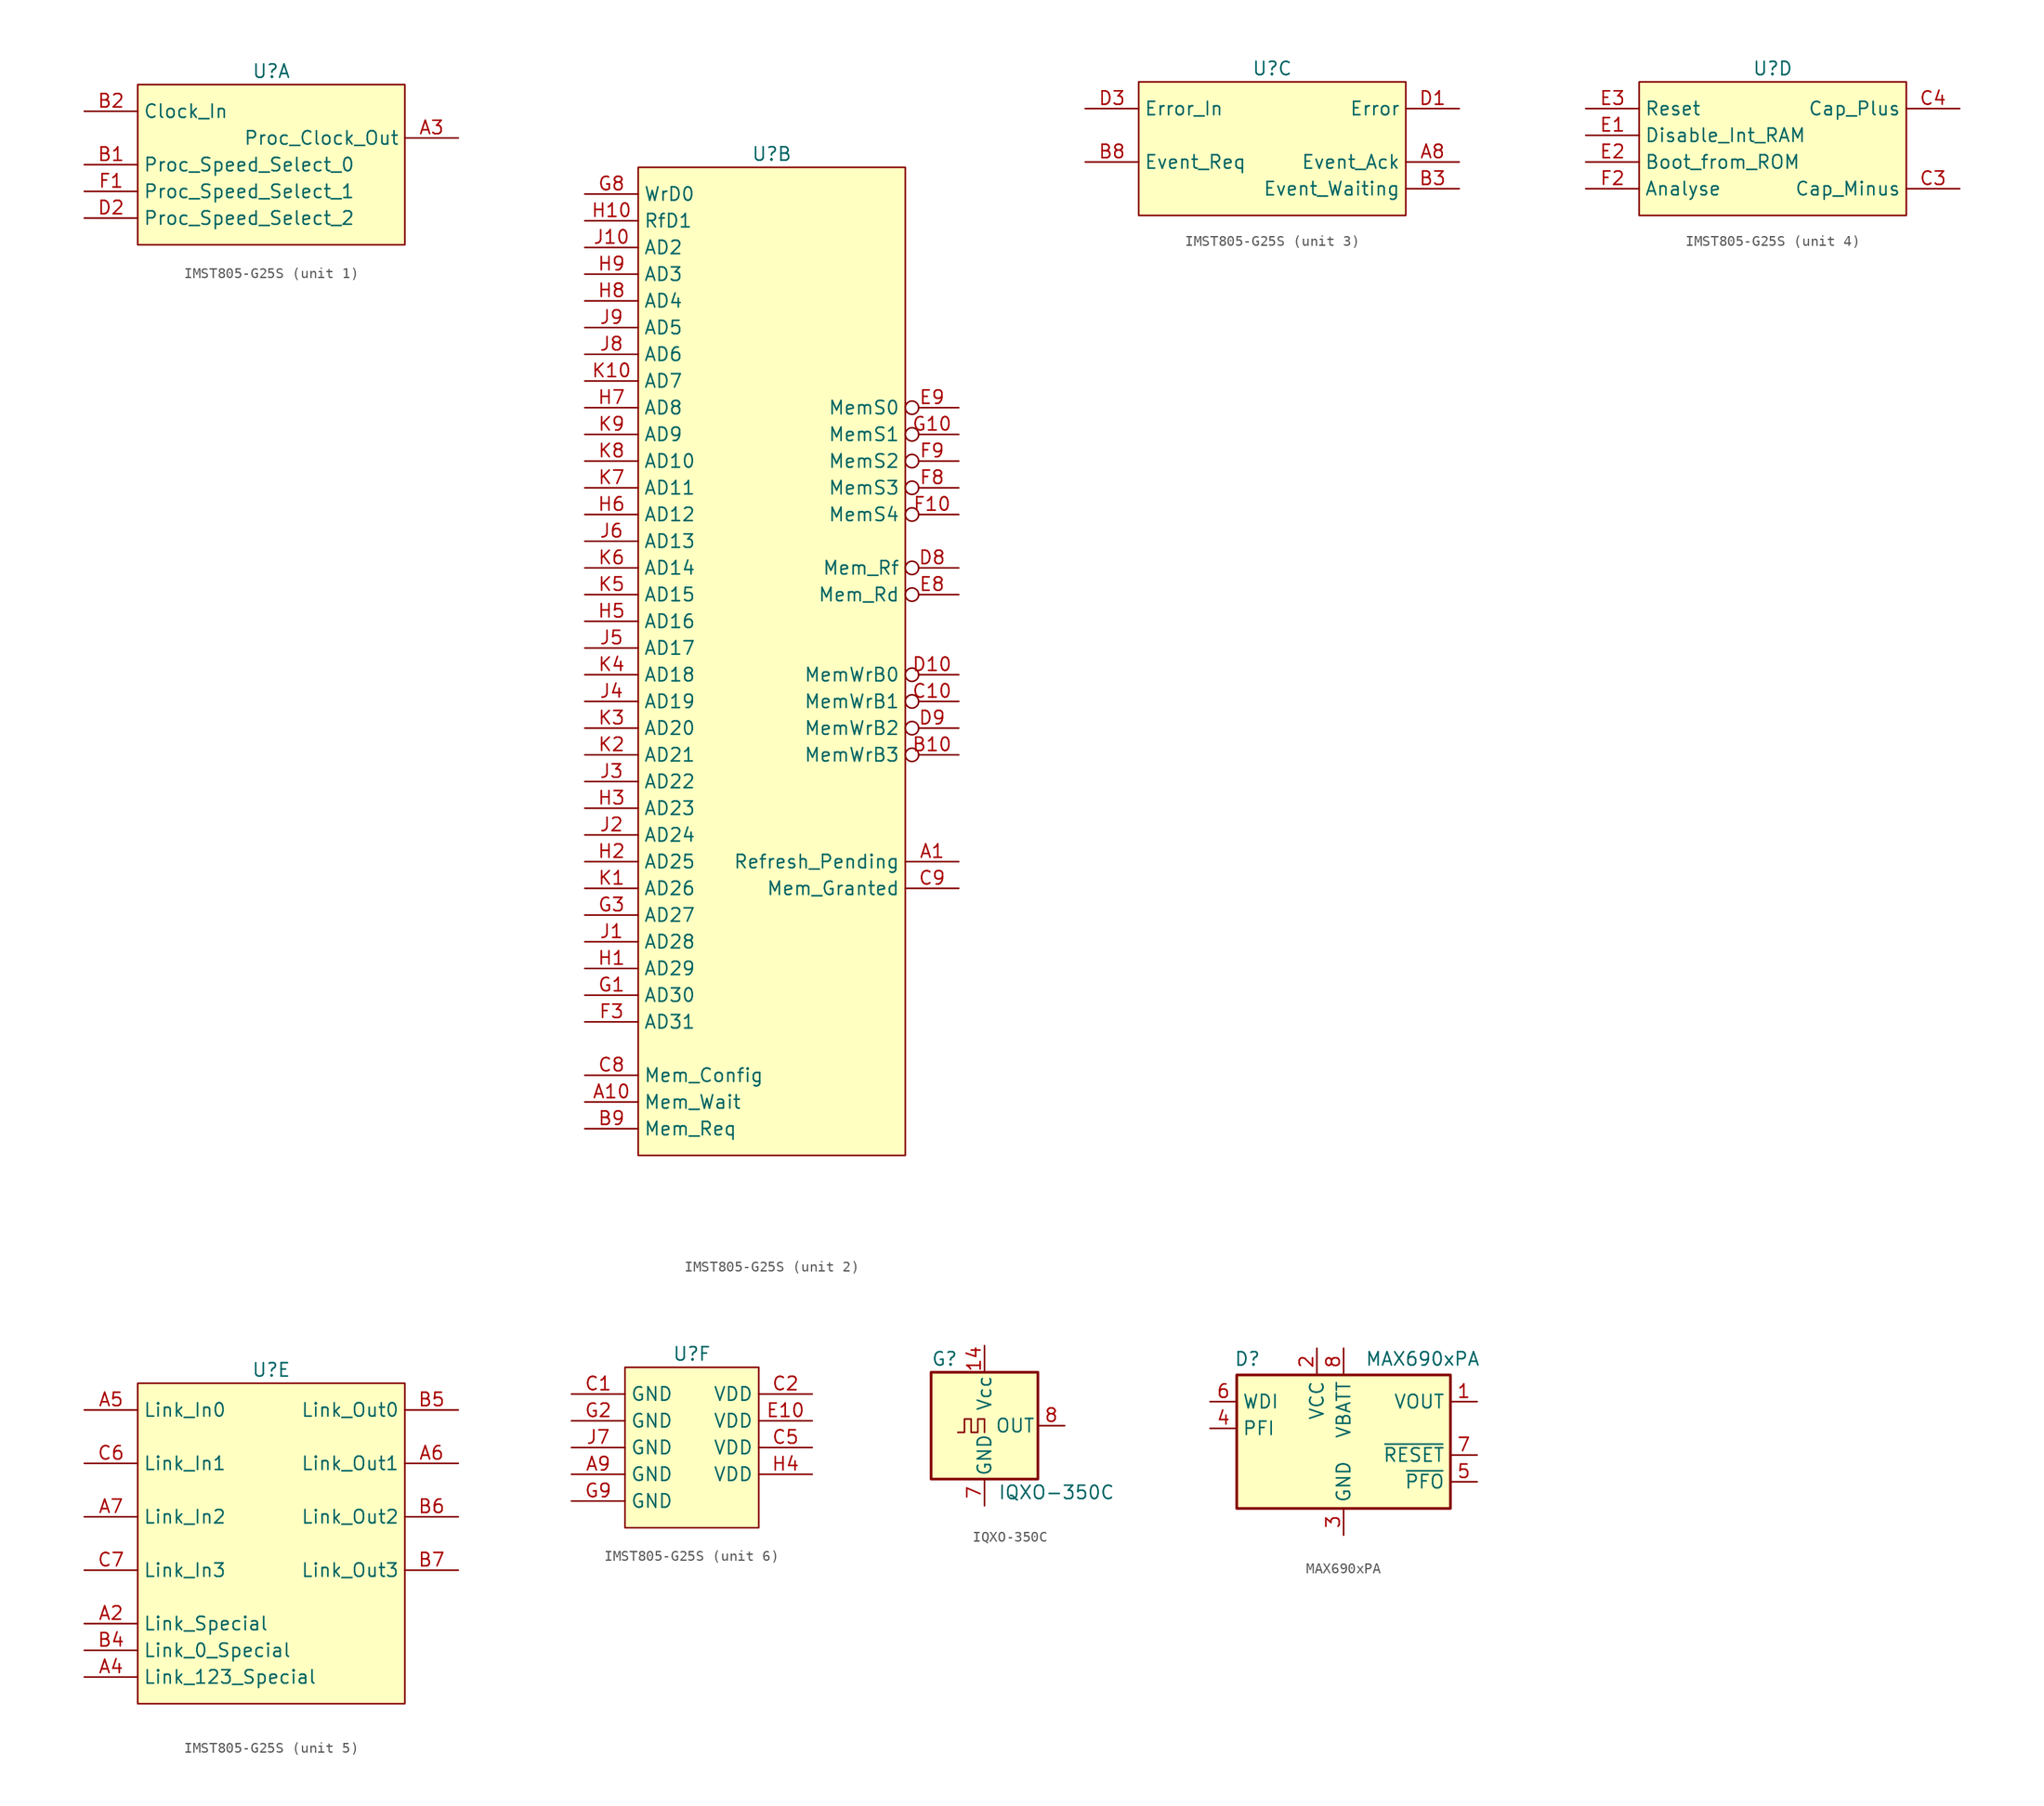
<source format=kicad_sym>
(kicad_symbol_lib
  (version 20241209)
  (generator "kicad_symbol_editor")
  (generator_version "9.0")
  (symbol "IMST805-G25S"
    (property "Reference" "U"
      (at 0 3.81 0)
      (do_not_autoplace)
      (effects (font (size 1.27 1.27))))
    (property "Value" ""
      (at 0 0 0)
      (effects (font (size 1.27 1.27))))
    (property "ki_locked" ""
      (at 0 0 0)
      (effects (font (size 1.27 1.27))))
    (symbol "IMST805-G25S_1_1"
      (rectangle (start -12.7 2.54) (end 12.7 -12.7) (stroke (width 0) (type solid)) (fill (type background)))
      (pin input line (at -17.78 0 0) (length 5.08) (name "Clock_In" (effects (font (size 1.27 1.27)))) (number "B2" (effects (font (size 1.27 1.27)))))
      (pin input line (at -17.78 -5.08 0) (length 5.08) (name "Proc_Speed_Select_0" (effects (font (size 1.27 1.27)))) (number "B1" (effects (font (size 1.27 1.27)))))
      (pin input line (at -17.78 -7.62 0) (length 5.08) (name "Proc_Speed_Select_1" (effects (font (size 1.27 1.27)))) (number "F1" (effects (font (size 1.27 1.27)))))
      (pin input line (at -17.78 -10.16 0) (length 5.08) (name "Proc_Speed_Select_2" (effects (font (size 1.27 1.27)))) (number "D2" (effects (font (size 1.27 1.27)))))
      (pin output line (at 17.78 -2.54 180) (length 5.08) (name "Proc_Clock_Out" (effects (font (size 1.27 1.27)))) (number "A3" (effects (font (size 1.27 1.27))))))
    (symbol "IMST805-G25S_2_1"
      (rectangle (start -12.7 2.54) (end 12.7 -91.44) (stroke (width 0) (type solid)) (fill (type background)))
      (pin bidirectional line (at -17.78 0 0) (length 5.08) (name "WrD0" (effects (font (size 1.27 1.27)))) (number "G8" (effects (font (size 1.27 1.27)))))
      (pin bidirectional line (at -17.78 -2.54 0) (length 5.08) (name "RfD1" (effects (font (size 1.27 1.27)))) (number "H10" (effects (font (size 1.27 1.27)))))
      (pin bidirectional line (at -17.78 -5.08 0) (length 5.08) (name "AD2" (effects (font (size 1.27 1.27)))) (number "J10" (effects (font (size 1.27 1.27)))))
      (pin bidirectional line (at -17.78 -7.62 0) (length 5.08) (name "AD3" (effects (font (size 1.27 1.27)))) (number "H9" (effects (font (size 1.27 1.27)))))
      (pin bidirectional line (at -17.78 -10.16 0) (length 5.08) (name "AD4" (effects (font (size 1.27 1.27)))) (number "H8" (effects (font (size 1.27 1.27)))))
      (pin bidirectional line (at -17.78 -12.7 0) (length 5.08) (name "AD5" (effects (font (size 1.27 1.27)))) (number "J9" (effects (font (size 1.27 1.27)))))
      (pin bidirectional line (at -17.78 -15.24 0) (length 5.08) (name "AD6" (effects (font (size 1.27 1.27)))) (number "J8" (effects (font (size 1.27 1.27)))))
      (pin bidirectional line (at -17.78 -17.78 0) (length 5.08) (name "AD7" (effects (font (size 1.27 1.27)))) (number "K10" (effects (font (size 1.27 1.27)))))
      (pin bidirectional line (at -17.78 -20.32 0) (length 5.08) (name "AD8" (effects (font (size 1.27 1.27)))) (number "H7" (effects (font (size 1.27 1.27)))))
      (pin bidirectional line (at -17.78 -22.86 0) (length 5.08) (name "AD9" (effects (font (size 1.27 1.27)))) (number "K9" (effects (font (size 1.27 1.27)))))
      (pin bidirectional line (at -17.78 -25.4 0) (length 5.08) (name "AD10" (effects (font (size 1.27 1.27)))) (number "K8" (effects (font (size 1.27 1.27)))))
      (pin bidirectional line (at -17.78 -27.94 0) (length 5.08) (name "AD11" (effects (font (size 1.27 1.27)))) (number "K7" (effects (font (size 1.27 1.27)))))
      (pin bidirectional line (at -17.78 -30.48 0) (length 5.08) (name "AD12" (effects (font (size 1.27 1.27)))) (number "H6" (effects (font (size 1.27 1.27)))))
      (pin bidirectional line (at -17.78 -33.02 0) (length 5.08) (name "AD13" (effects (font (size 1.27 1.27)))) (number "J6" (effects (font (size 1.27 1.27)))))
      (pin bidirectional line (at -17.78 -35.56 0) (length 5.08) (name "AD14" (effects (font (size 1.27 1.27)))) (number "K6" (effects (font (size 1.27 1.27)))))
      (pin bidirectional line (at -17.78 -38.1 0) (length 5.08) (name "AD15" (effects (font (size 1.27 1.27)))) (number "K5" (effects (font (size 1.27 1.27)))))
      (pin bidirectional line (at -17.78 -40.64 0) (length 5.08) (name "AD16" (effects (font (size 1.27 1.27)))) (number "H5" (effects (font (size 1.27 1.27)))))
      (pin bidirectional line (at -17.78 -43.18 0) (length 5.08) (name "AD17" (effects (font (size 1.27 1.27)))) (number "J5" (effects (font (size 1.27 1.27)))))
      (pin bidirectional line (at -17.78 -45.72 0) (length 5.08) (name "AD18" (effects (font (size 1.27 1.27)))) (number "K4" (effects (font (size 1.27 1.27)))))
      (pin bidirectional line (at -17.78 -48.26 0) (length 5.08) (name "AD19" (effects (font (size 1.27 1.27)))) (number "J4" (effects (font (size 1.27 1.27)))))
      (pin bidirectional line (at -17.78 -50.8 0) (length 5.08) (name "AD20" (effects (font (size 1.27 1.27)))) (number "K3" (effects (font (size 1.27 1.27)))))
      (pin bidirectional line (at -17.78 -53.34 0) (length 5.08) (name "AD21" (effects (font (size 1.27 1.27)))) (number "K2" (effects (font (size 1.27 1.27)))))
      (pin bidirectional line (at -17.78 -55.88 0) (length 5.08) (name "AD22" (effects (font (size 1.27 1.27)))) (number "J3" (effects (font (size 1.27 1.27)))))
      (pin bidirectional line (at -17.78 -58.42 0) (length 5.08) (name "AD23" (effects (font (size 1.27 1.27)))) (number "H3" (effects (font (size 1.27 1.27)))))
      (pin bidirectional line (at -17.78 -60.96 0) (length 5.08) (name "AD24" (effects (font (size 1.27 1.27)))) (number "J2" (effects (font (size 1.27 1.27)))))
      (pin bidirectional line (at -17.78 -63.5 0) (length 5.08) (name "AD25" (effects (font (size 1.27 1.27)))) (number "H2" (effects (font (size 1.27 1.27)))))
      (pin bidirectional line (at -17.78 -66.04 0) (length 5.08) (name "AD26" (effects (font (size 1.27 1.27)))) (number "K1" (effects (font (size 1.27 1.27)))))
      (pin bidirectional line (at -17.78 -68.58 0) (length 5.08) (name "AD27" (effects (font (size 1.27 1.27)))) (number "G3" (effects (font (size 1.27 1.27)))))
      (pin bidirectional line (at -17.78 -71.12 0) (length 5.08) (name "AD28" (effects (font (size 1.27 1.27)))) (number "J1" (effects (font (size 1.27 1.27)))))
      (pin bidirectional line (at -17.78 -73.66 0) (length 5.08) (name "AD29" (effects (font (size 1.27 1.27)))) (number "H1" (effects (font (size 1.27 1.27)))))
      (pin bidirectional line (at -17.78 -76.2 0) (length 5.08) (name "AD30" (effects (font (size 1.27 1.27)))) (number "G1" (effects (font (size 1.27 1.27)))))
      (pin bidirectional line (at -17.78 -78.74 0) (length 5.08) (name "AD31" (effects (font (size 1.27 1.27)))) (number "F3" (effects (font (size 1.27 1.27)))))
      (pin input line (at -17.78 -83.82 0) (length 5.08) (name "Mem_Config" (effects (font (size 1.27 1.27)))) (number "C8" (effects (font (size 1.27 1.27)))))
      (pin input line (at -17.78 -86.36 0) (length 5.08) (name "Mem_Wait" (effects (font (size 1.27 1.27)))) (number "A10" (effects (font (size 1.27 1.27)))))
      (pin input line (at -17.78 -88.9 0) (length 5.08) (name "Mem_Req" (effects (font (size 1.27 1.27)))) (number "B9" (effects (font (size 1.27 1.27)))))
      (pin output inverted (at 17.78 -20.32 180) (length 5.08) (name "MemS0" (effects (font (size 1.27 1.27)))) (number "E9" (effects (font (size 1.27 1.27)))))
      (pin output inverted (at 17.78 -22.86 180) (length 5.08) (name "MemS1" (effects (font (size 1.27 1.27)))) (number "G10" (effects (font (size 1.27 1.27)))))
      (pin output inverted (at 17.78 -25.4 180) (length 5.08) (name "MemS2" (effects (font (size 1.27 1.27)))) (number "F9" (effects (font (size 1.27 1.27)))))
      (pin output inverted (at 17.78 -27.94 180) (length 5.08) (name "MemS3" (effects (font (size 1.27 1.27)))) (number "F8" (effects (font (size 1.27 1.27)))))
      (pin output inverted (at 17.78 -30.48 180) (length 5.08) (name "MemS4" (effects (font (size 1.27 1.27)))) (number "F10" (effects (font (size 1.27 1.27)))))
      (pin output inverted (at 17.78 -35.56 180) (length 5.08) (name "Mem_Rf" (effects (font (size 1.27 1.27)))) (number "D8" (effects (font (size 1.27 1.27)))))
      (pin output inverted (at 17.78 -38.1 180) (length 5.08) (name "Mem_Rd" (effects (font (size 1.27 1.27)))) (number "E8" (effects (font (size 1.27 1.27)))))
      (pin output inverted (at 17.78 -45.72 180) (length 5.08) (name "MemWrB0" (effects (font (size 1.27 1.27)))) (number "D10" (effects (font (size 1.27 1.27)))))
      (pin output inverted (at 17.78 -48.26 180) (length 5.08) (name "MemWrB1" (effects (font (size 1.27 1.27)))) (number "C10" (effects (font (size 1.27 1.27)))))
      (pin output inverted (at 17.78 -50.8 180) (length 5.08) (name "MemWrB2" (effects (font (size 1.27 1.27)))) (number "D9" (effects (font (size 1.27 1.27)))))
      (pin output inverted (at 17.78 -53.34 180) (length 5.08) (name "MemWrB3" (effects (font (size 1.27 1.27)))) (number "B10" (effects (font (size 1.27 1.27)))))
      (pin output line (at 17.78 -63.5 180) (length 5.08) (name "Refresh_Pending" (effects (font (size 1.27 1.27)))) (number "A1" (effects (font (size 1.27 1.27)))))
      (pin output line (at 17.78 -66.04 180) (length 5.08) (name "Mem_Granted" (effects (font (size 1.27 1.27)))) (number "C9" (effects (font (size 1.27 1.27))))))
    (symbol "IMST805-G25S_3_1"
      (rectangle (start -12.7 2.54) (end 12.7 -10.16) (stroke (width 0) (type solid)) (fill (type background)))
      (pin input line (at -17.78 0 0) (length 5.08) (name "Error_In" (effects (font (size 1.27 1.27)))) (number "D3" (effects (font (size 1.27 1.27)))))
      (pin input line (at -17.78 -5.08 0) (length 5.08) (name "Event_Req" (effects (font (size 1.27 1.27)))) (number "B8" (effects (font (size 1.27 1.27)))))
      (pin output line (at 17.78 0 180) (length 5.08) (name "Error" (effects (font (size 1.27 1.27)))) (number "D1" (effects (font (size 1.27 1.27)))))
      (pin output line (at 17.78 -5.08 180) (length 5.08) (name "Event_Ack" (effects (font (size 1.27 1.27)))) (number "A8" (effects (font (size 1.27 1.27)))))
      (pin output line (at 17.78 -7.62 180) (length 5.08) (name "Event_Waiting" (effects (font (size 1.27 1.27)))) (number "B3" (effects (font (size 1.27 1.27))))))
    (symbol "IMST805-G25S_4_1"
      (rectangle (start -12.7 2.54) (end 12.7 -10.16) (stroke (width 0) (type solid)) (fill (type background)))
      (pin input line (at -17.78 0 0) (length 5.08) (name "Reset" (effects (font (size 1.27 1.27)))) (number "E3" (effects (font (size 1.27 1.27)))))
      (pin input line (at -17.78 -2.54 0) (length 5.08) (name "Disable_Int_RAM" (effects (font (size 1.27 1.27)))) (number "E1" (effects (font (size 1.27 1.27)))))
      (pin input line (at -17.78 -5.08 0) (length 5.08) (name "Boot_from_ROM" (effects (font (size 1.27 1.27)))) (number "E2" (effects (font (size 1.27 1.27)))))
      (pin input line (at -17.78 -7.62 0) (length 5.08) (name "Analyse" (effects (font (size 1.27 1.27)))) (number "F2" (effects (font (size 1.27 1.27)))))
      (pin passive line (at 17.78 0 180) (length 5.08) (name "Cap_Plus" (effects (font (size 1.27 1.27)))) (number "C4" (effects (font (size 1.27 1.27)))))
      (pin passive line (at 17.78 -7.62 180) (length 5.08) (name "Cap_Minus" (effects (font (size 1.27 1.27)))) (number "C3" (effects (font (size 1.27 1.27))))))
    (symbol "IMST805-G25S_5_1"
      (rectangle (start -12.7 2.54) (end 12.7 -27.94) (stroke (width 0) (type solid)) (fill (type background)))
      (pin input line (at -17.78 0 0) (length 5.08) (name "Link_In0" (effects (font (size 1.27 1.27)))) (number "A5" (effects (font (size 1.27 1.27)))))
      (pin input line (at -17.78 -5.08 0) (length 5.08) (name "Link_In1" (effects (font (size 1.27 1.27)))) (number "C6" (effects (font (size 1.27 1.27)))))
      (pin input line (at -17.78 -10.16 0) (length 5.08) (name "Link_In2" (effects (font (size 1.27 1.27)))) (number "A7" (effects (font (size 1.27 1.27)))))
      (pin input line (at -17.78 -15.24 0) (length 5.08) (name "Link_In3" (effects (font (size 1.27 1.27)))) (number "C7" (effects (font (size 1.27 1.27)))))
      (pin input line (at -17.78 -20.32 0) (length 5.08) (name "Link_Special" (effects (font (size 1.27 1.27)))) (number "A2" (effects (font (size 1.27 1.27)))))
      (pin input line (at -17.78 -22.86 0) (length 5.08) (name "Link_0_Special" (effects (font (size 1.27 1.27)))) (number "B4" (effects (font (size 1.27 1.27)))))
      (pin input line (at -17.78 -25.4 0) (length 5.08) (name "Link_123_Special" (effects (font (size 1.27 1.27)))) (number "A4" (effects (font (size 1.27 1.27)))))
      (pin output line (at 17.78 0 180) (length 5.08) (name "Link_Out0" (effects (font (size 1.27 1.27)))) (number "B5" (effects (font (size 1.27 1.27)))))
      (pin output line (at 17.78 -5.08 180) (length 5.08) (name "Link_Out1" (effects (font (size 1.27 1.27)))) (number "A6" (effects (font (size 1.27 1.27)))))
      (pin output line (at 17.78 -10.16 180) (length 5.08) (name "Link_Out2" (effects (font (size 1.27 1.27)))) (number "B6" (effects (font (size 1.27 1.27)))))
      (pin output line (at 17.78 -15.24 180) (length 5.08) (name "Link_Out3" (effects (font (size 1.27 1.27)))) (number "B7" (effects (font (size 1.27 1.27))))))
    (symbol "IMST805-G25S_6_1"
      (rectangle (start -6.35 2.54) (end 6.35 -12.7) (stroke (width 0) (type default)) (fill (type background)))
      (pin power_in line (at -11.43 0 0) (length 5.08) (name "GND" (effects (font (size 1.27 1.27)))) (number "C1" (effects (font (size 1.27 1.27)))))
      (pin power_in line (at -11.43 -2.54 0) (length 5.08) (name "GND" (effects (font (size 1.27 1.27)))) (number "G2" (effects (font (size 1.27 1.27)))))
      (pin power_in line (at -11.43 -5.08 0) (length 5.08) (name "GND" (effects (font (size 1.27 1.27)))) (number "J7" (effects (font (size 1.27 1.27)))))
      (pin power_in line (at -11.43 -7.62 0) (length 5.08) (name "GND" (effects (font (size 1.27 1.27)))) (number "A9" (effects (font (size 1.27 1.27)))))
      (pin power_in line (at -11.43 -10.16 0) (length 5.08) (name "GND" (effects (font (size 1.27 1.27)))) (number "G9" (effects (font (size 1.27 1.27)))))
      (pin power_in line (at 11.43 0 180) (length 5.08) (name "VDD" (effects (font (size 1.27 1.27)))) (number "C2" (effects (font (size 1.27 1.27)))))
      (pin power_in line (at 11.43 -2.54 180) (length 5.08) (name "VDD" (effects (font (size 1.27 1.27)))) (number "E10" (effects (font (size 1.27 1.27)))))
      (pin power_in line (at 11.43 -5.08 180) (length 5.08) (name "VDD" (effects (font (size 1.27 1.27)))) (number "C5" (effects (font (size 1.27 1.27)))))
      (pin power_in line (at 11.43 -7.62 180) (length 5.08) (name "VDD" (effects (font (size 1.27 1.27)))) (number "H4" (effects (font (size 1.27 1.27)))))))
  (symbol "IQXO-350C"
    (pin_names
      (offset 0.254))
    (property "Reference" "G"
      (at -5.08 6.35 0)
      (effects (font (size 1.27 1.27)) (justify left)))
    (property "Value" "IQXO-350C"
      (at 1.27 -6.35 0)
      (effects (font (size 1.27 1.27)) (justify left)))
    (symbol "IQXO-350C_0_1"
      (rectangle (start -5.08 5.08) (end 5.08 -5.08) (stroke (width 0.254) (type default)) (fill (type background)))
      (polyline (pts (xy -2.54 -0.635) (xy -1.905 -0.635) (xy -1.905 0.635) (xy -1.27 0.635) (xy -1.27 -0.635) (xy -0.635 -0.635) (xy -0.635 0.635) (xy 0 0.635) (xy 0 -0.635)) (stroke (width 0) (type default)) (fill (type none))))
    (symbol "IQXO-350C_1_1"
      (pin no_connect line (at -7.62 0 0) (length 2.54) (hide yes) (name "NC" (effects (font (size 1.27 1.27)))) (number "1" (effects (font (size 1.27 1.27)))))
      (pin power_in line (at 0 7.62 270) (length 2.54) (name "Vcc" (effects (font (size 1.27 1.27)))) (number "14" (effects (font (size 1.27 1.27)))))
      (pin power_in line (at 0 -7.62 90) (length 2.54) (name "GND" (effects (font (size 1.27 1.27)))) (number "7" (effects (font (size 1.27 1.27)))))
      (pin output line (at 7.62 0 180) (length 2.54) (name "OUT" (effects (font (size 1.27 1.27)))) (number "8" (effects (font (size 1.27 1.27)))))))
  (symbol "MAX690xPA"
    (property "Reference" "D"
      (at -9.144 9.144 0)
      (effects (font (size 1.27 1.27))))
    (property "Value" "MAX690xPA"
      (at 2.032 9.144 0)
      (effects (font (size 1.27 1.27)) (justify left)))
    (symbol "MAX690xPA_0_1"
      (rectangle (start -10.16 7.62) (end 10.16 -5.08) (stroke (width 0.254) (type default)) (fill (type background))))
    (symbol "MAX690xPA_1_1"
      (pin input line (at -12.7 5.08 0) (length 2.54) (name "WDI" (effects (font (size 1.27 1.27)))) (number "6" (effects (font (size 1.27 1.27)))))
      (pin input line (at -12.7 2.54 0) (length 2.54) (name "PFI" (effects (font (size 1.27 1.27)))) (number "4" (effects (font (size 1.27 1.27)))))
      (pin power_in line (at -2.54 10.16 270) (length 2.54) (name "VCC" (effects (font (size 1.27 1.27)))) (number "2" (effects (font (size 1.27 1.27)))))
      (pin power_in line (at 0 10.16 270) (length 2.54) (name "VBATT" (effects (font (size 1.27 1.27)))) (number "8" (effects (font (size 1.27 1.27)))))
      (pin power_in line (at 0 -7.62 90) (length 2.54) (name "GND" (effects (font (size 1.27 1.27)))) (number "3" (effects (font (size 1.27 1.27)))))
      (pin power_out line (at 12.7 5.08 180) (length 2.54) (name "VOUT" (effects (font (size 1.27 1.27)))) (number "1" (effects (font (size 1.27 1.27)))))
      (pin output line (at 12.7 0 180) (length 2.54) (name "~{RESET}" (effects (font (size 1.27 1.27)))) (number "7" (effects (font (size 1.27 1.27)))))
      (pin output line (at 12.7 -2.54 180) (length 2.54) (name "~{PFO}" (effects (font (size 1.27 1.27)))) (number "5" (effects (font (size 1.27 1.27))))))))
</source>
